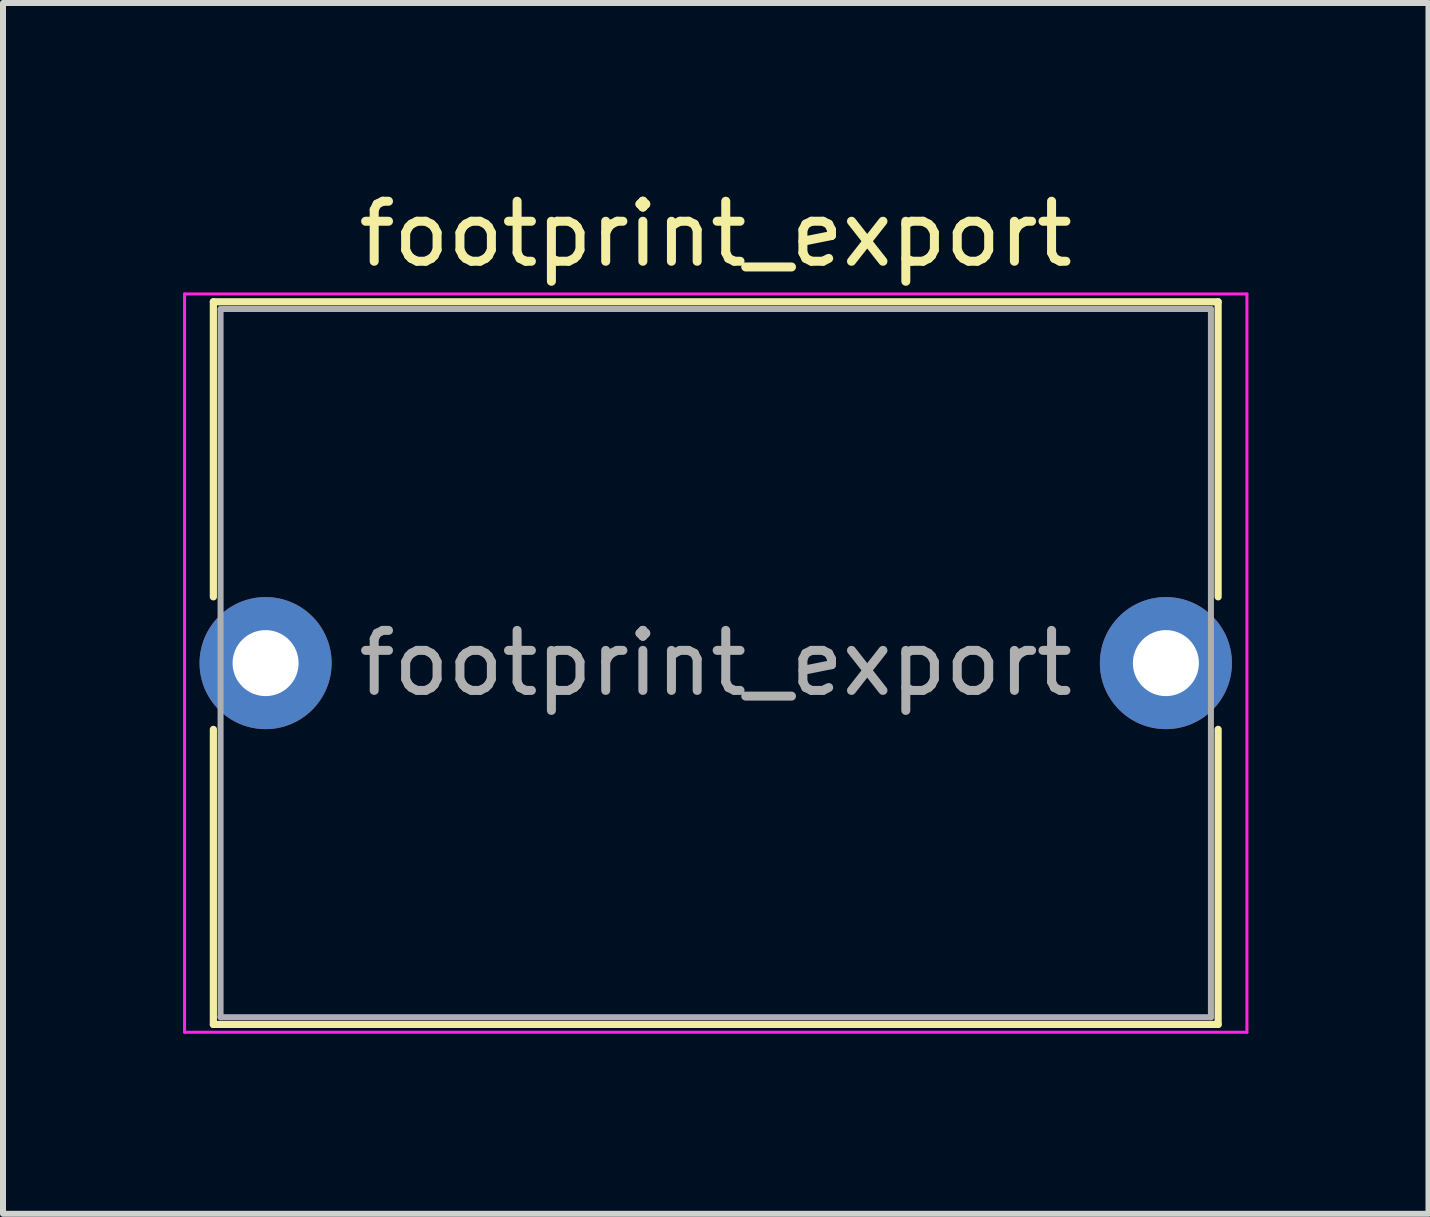
<source format=kicad_pcb>
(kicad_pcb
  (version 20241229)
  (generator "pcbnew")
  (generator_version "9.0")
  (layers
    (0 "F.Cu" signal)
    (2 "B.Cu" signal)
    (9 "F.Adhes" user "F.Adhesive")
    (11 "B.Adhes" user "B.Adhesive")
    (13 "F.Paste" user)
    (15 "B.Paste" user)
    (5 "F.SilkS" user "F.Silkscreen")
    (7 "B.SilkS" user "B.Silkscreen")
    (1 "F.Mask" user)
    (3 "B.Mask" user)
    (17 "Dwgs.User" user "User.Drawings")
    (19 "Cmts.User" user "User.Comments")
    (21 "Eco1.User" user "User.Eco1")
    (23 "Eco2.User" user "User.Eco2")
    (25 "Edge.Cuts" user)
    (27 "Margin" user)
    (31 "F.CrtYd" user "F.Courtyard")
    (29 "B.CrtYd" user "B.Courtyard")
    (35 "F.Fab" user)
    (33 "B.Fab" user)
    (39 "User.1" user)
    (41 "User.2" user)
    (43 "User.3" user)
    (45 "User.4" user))
  (footprint "footprint_export"
    (layer "F.Cu")
    (at 1.375 7.998)
    (property "Reference" "footprint_export" (at 7.5 -7.15 0) (layer "F.SilkS") (effects (font (size 1 1) (thickness 0.15))))
    (attr through_hole)
    (fp_line (start -0.87 -6.02) (end -0.87 -1.104) (stroke (width 0.12) (type solid)) (layer "F.SilkS"))
    (fp_line (start -0.87 -6.02) (end 15.87 -6.02) (stroke (width 0.12) (type solid)) (layer "F.SilkS"))
    (fp_line (start -0.87 1.104) (end -0.87 6.02) (stroke (width 0.12) (type solid)) (layer "F.SilkS"))
    (fp_line (start -0.87 6.02) (end 15.87 6.02) (stroke (width 0.12) (type solid)) (layer "F.SilkS"))
    (fp_line (start 15.87 -6.02) (end 15.87 -1.104) (stroke (width 0.12) (type solid)) (layer "F.SilkS"))
    (fp_line (start 15.87 1.104) (end 15.87 6.02) (stroke (width 0.12) (type solid)) (layer "F.SilkS"))
    (fp_line (start -1.35 -6.15) (end -1.35 6.15) (stroke (width 0.05) (type solid)) (layer "F.CrtYd"))
    (fp_line (start -1.35 6.15) (end 16.35 6.15) (stroke (width 0.05) (type solid)) (layer "F.CrtYd"))
    (fp_line (start 16.35 -6.15) (end -1.35 -6.15) (stroke (width 0.05) (type solid)) (layer "F.CrtYd"))
    (fp_line (start 16.35 6.15) (end 16.35 -6.15) (stroke (width 0.05) (type solid)) (layer "F.CrtYd"))
    (fp_line (start -0.75 -5.9) (end -0.75 5.9) (stroke (width 0.1) (type solid)) (layer "F.Fab"))
    (fp_line (start -0.75 5.9) (end 15.75 5.9) (stroke (width 0.1) (type solid)) (layer "F.Fab"))
    (fp_line (start 15.75 -5.9) (end -0.75 -5.9) (stroke (width 0.1) (type solid)) (layer "F.Fab"))
    (fp_line (start 15.75 5.9) (end 15.75 -5.9) (stroke (width 0.1) (type solid)) (layer "F.Fab"))
    (fp_text user "${REFERENCE}" (at 7.5 0 0) (layer "F.Fab") (effects (font (size 1 1) (thickness 0.15))))
    (pad "1" thru_hole circle (at 0 0) (size 2.2 2.2) (drill 1.1) (layers "*.Cu" "*.Mask"))
    (pad "2" thru_hole circle (at 15 0) (size 2.2 2.2) (drill 1.1) (layers "*.Cu" "*.Mask")))
  (gr_rect
    (start -3 -3)
    (end 20.75 17.173)
    (stroke (width 0.1) (type default))
    (fill no)
    (layer "Edge.Cuts")))
</source>
